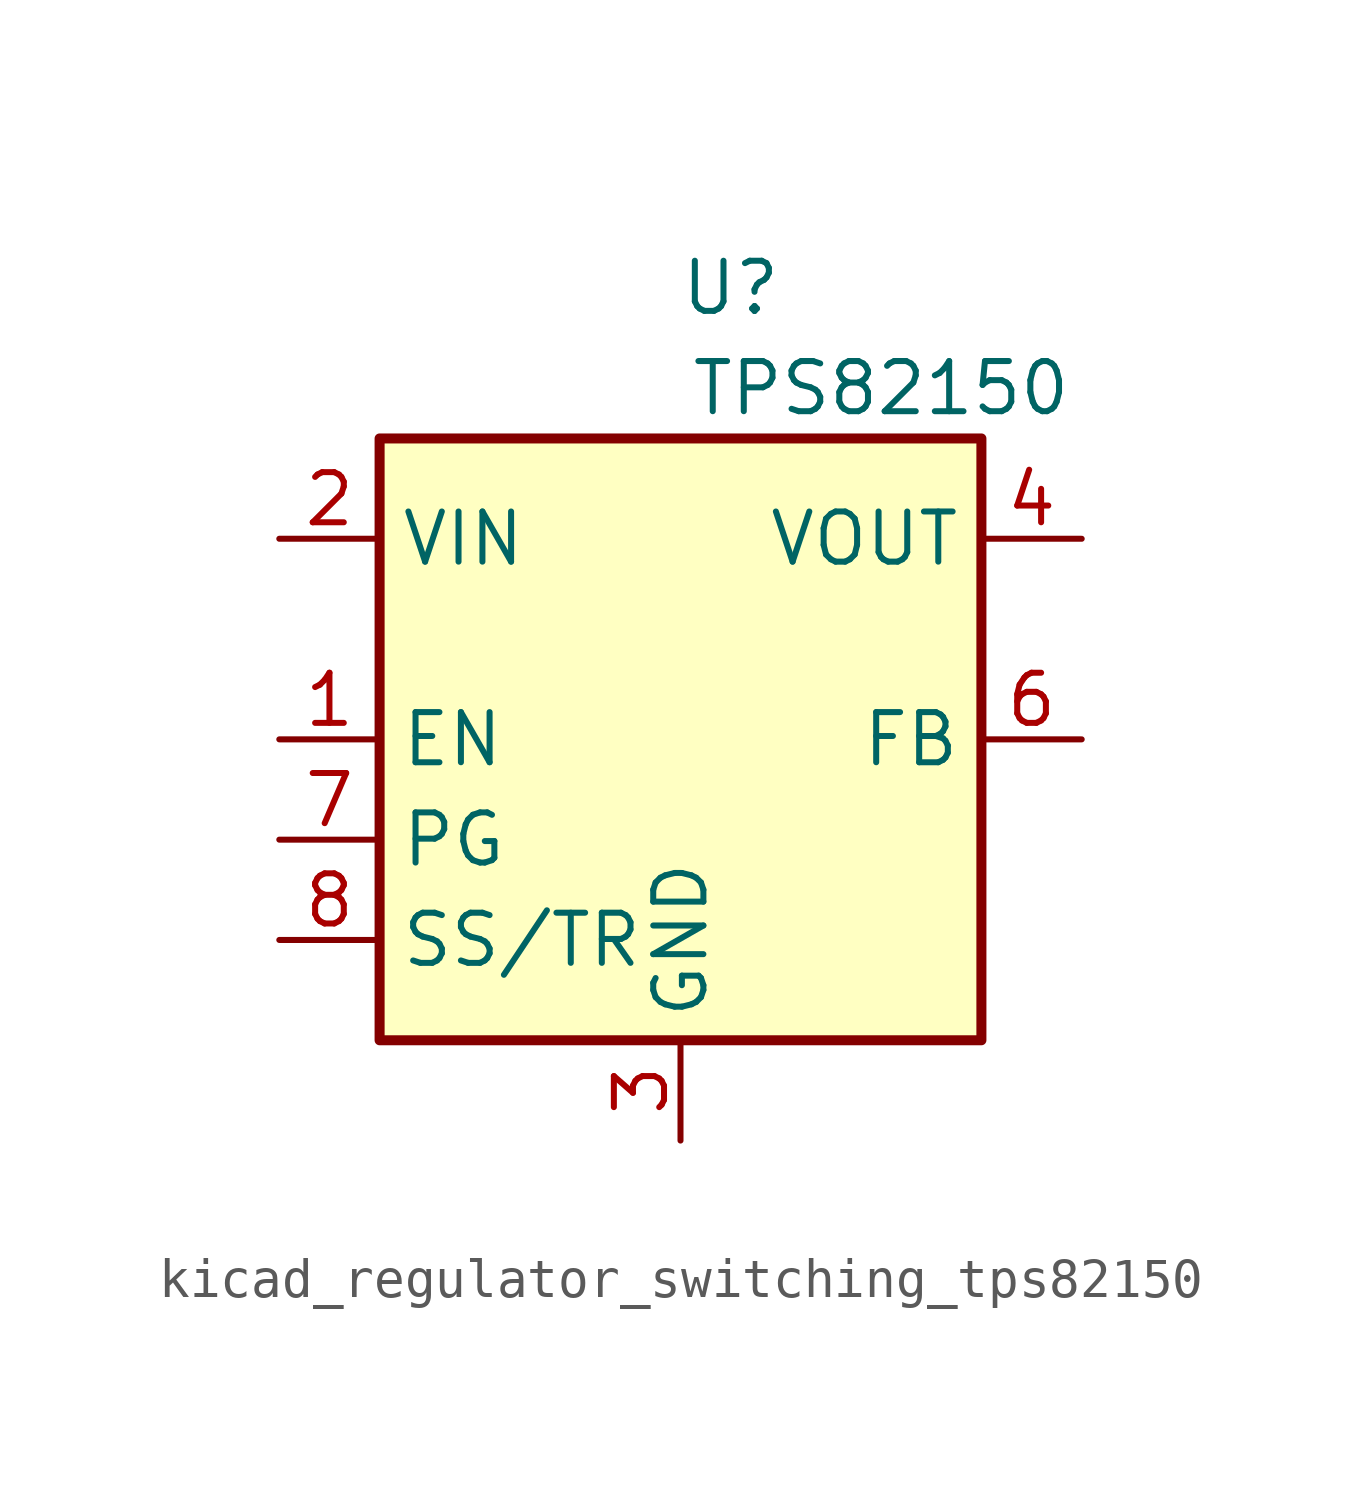
<source format=kicad_sym>
(kicad_symbol_lib
  (version 20220914)
  (generator kicad_symbol_editor)
  (symbol "kicad_regulator_switching_tps82150"
    (property "Reference" "U"
      (at 1.27 11.43 0)
      (effects (font (size 1.27 1.27))))
    (property "Value" "TPS82150"
      (at 5.08 8.89 0)
      (effects (font (size 1.27 1.27))))
    (symbol "kicad_regulator_switching_tps82150_0_1"
      (rectangle (start -7.62 7.62) (end 7.62 -7.62) (stroke (width 0.254) (type default)) (fill (type background))))
    (symbol "kicad_regulator_switching_tps82150_1_1"
      (pin input line (at -10.16 0 0) (length 2.54) (name "EN" (effects (font (size 1.27 1.27)))) (number "1" (effects (font (size 1.27 1.27)))))
      (pin power_in line (at -10.16 5.08 0) (length 2.54) (name "VIN" (effects (font (size 1.27 1.27)))) (number "2" (effects (font (size 1.27 1.27)))))
      (pin power_in line (at 0 -10.16 90) (length 2.54) (name "GND" (effects (font (size 1.27 1.27)))) (number "3" (effects (font (size 1.27 1.27)))))
      (pin power_out line (at 10.16 5.08 180) (length 2.54) (name "VOUT" (effects (font (size 1.27 1.27)))) (number "4" (effects (font (size 1.27 1.27)))))
      (pin passive line (at 10.16 5.08 180) (length 2.54) hide (name "VOUT" (effects (font (size 1.27 1.27)))) (number "5" (effects (font (size 1.27 1.27)))))
      (pin input line (at 10.16 0 180) (length 2.54) (name "FB" (effects (font (size 1.27 1.27)))) (number "6" (effects (font (size 1.27 1.27)))))
      (pin open_collector line (at -10.16 -2.54 0) (length 2.54) (name "PG" (effects (font (size 1.27 1.27)))) (number "7" (effects (font (size 1.27 1.27)))))
      (pin input line (at -10.16 -5.08 0) (length 2.54) (name "SS/TR" (effects (font (size 1.27 1.27)))) (number "8" (effects (font (size 1.27 1.27)))))
      (pin passive line (at 0 -10.16 90) (length 2.54) hide (name "GND" (effects (font (size 1.27 1.27)))) (number "9" (effects (font (size 1.27 1.27))))))))
</source>
